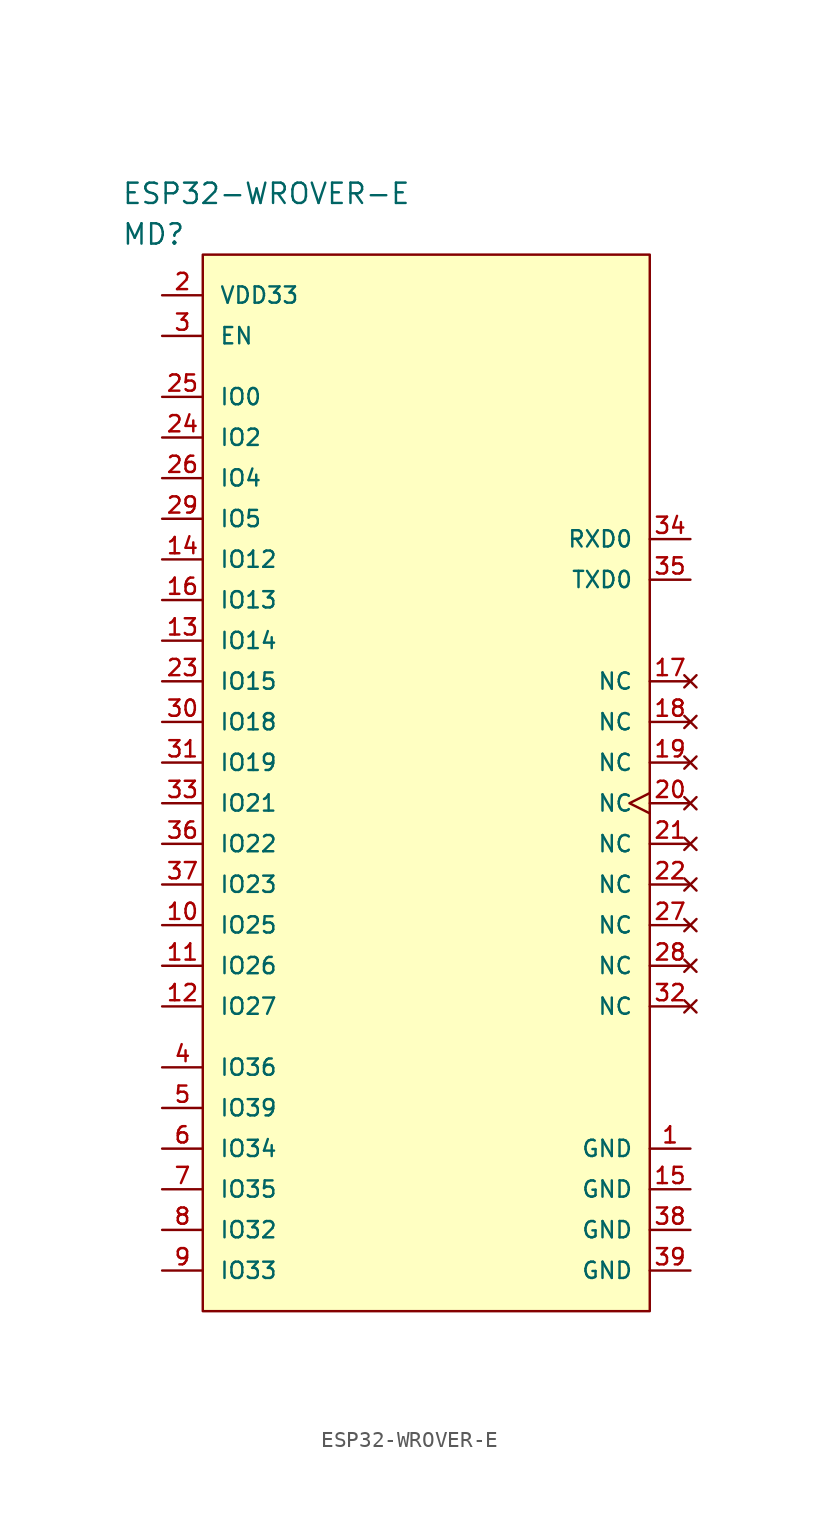
<source format=kicad_sym>
(kicad_symbol_lib
  (version 20201005)
  (generator kicad_symbol_editor)
  (symbol "reptile-monitor:ESP32-WROVER-E"
    (pin_names
      (offset 1.016))
    (property "Reference" "MD"
      (at 0 3.81 0)
      (effects (font (size 1.27 1.27)) (justify left)))
    (property "Value" "ESP32-WROVER-E"
      (at 0 6.35 0)
      (effects (font (size 1.27 1.27)) (justify left)))
    (symbol "ESP32-WROVER-E_1_1"
      (rectangle (start 5.08 2.54) (end 33.02 -63.5) (stroke (width 0)) (fill (type background)))
      (pin power_in line (at 35.56 -53.34 180) (length 2.54) (name "GND" (effects (font (size 1.016 1.016)))) (number "1" (effects (font (size 1.016 1.016)))))
      (pin bidirectional line (at 2.54 -39.37 0) (length 2.54) (name "IO25" (effects (font (size 1.016 1.016)))) (number "10" (effects (font (size 1.016 1.016)))))
      (pin bidirectional line (at 2.54 -41.91 0) (length 2.54) (name "IO26" (effects (font (size 1.016 1.016)))) (number "11" (effects (font (size 1.016 1.016)))))
      (pin bidirectional line (at 2.54 -44.45 0) (length 2.54) (name "IO27" (effects (font (size 1.016 1.016)))) (number "12" (effects (font (size 1.016 1.016)))))
      (pin bidirectional line (at 2.54 -21.59 0) (length 2.54) (name "IO14" (effects (font (size 1.016 1.016)))) (number "13" (effects (font (size 1.016 1.016)))) (alternate "ADC2_CH6" input line) (alternate "ETH_TXD2" bidirectional line) (alternate "HS2_CLK" bidirectional line) (alternate "HSPI_SCK" bidirectional line) (alternate "MTMS" bidirectional line) (alternate "RTC_IO16" bidirectional line) (alternate "SD_CLK" bidirectional line) (alternate "TOUCH6" bidirectional line))
      (pin bidirectional line (at 2.54 -16.51 0) (length 2.54) (name "IO12" (effects (font (size 1.016 1.016)))) (number "14" (effects (font (size 1.016 1.016)))) (alternate "ADC2_CH5" input line) (alternate "ETH_TXD3" bidirectional line) (alternate "HS2_DATA2" bidirectional line) (alternate "HSPIQ" input line) (alternate "HSPI_MISO" input line) (alternate "HSPI_SDI" input line) (alternate "MTDI" bidirectional line) (alternate "RTC_IO15" bidirectional line) (alternate "SD_DATA2" bidirectional line) (alternate "TOUCH5" input line))
      (pin power_in line (at 35.56 -55.88 180) (length 2.54) (name "GND" (effects (font (size 1.016 1.016)))) (number "15" (effects (font (size 1.016 1.016)))))
      (pin bidirectional line (at 2.54 -19.05 0) (length 2.54) (name "IO13" (effects (font (size 1.016 1.016)))) (number "16" (effects (font (size 1.016 1.016)))) (alternate "ADC2_CH4" input line) (alternate "ETH_RX_ER" bidirectional line) (alternate "HS2_DATA3" bidirectional line) (alternate "HSPID" bidirectional line) (alternate "HSPI_MOSI" output line) (alternate "HSPI_SDO" output line) (alternate "MTCK" bidirectional line) (alternate "RTC_IO14" bidirectional line) (alternate "SD_DATA3" bidirectional line) (alternate "TOUCH4" input line))
      (pin no_connect line (at 35.56 -24.13 180) (length 2.54) (name "NC" (effects (font (size 1.016 1.016)))) (number "17" (effects (font (size 1.016 1.016)))))
      (pin no_connect line (at 35.56 -26.67 180) (length 2.54) (name "NC" (effects (font (size 1.016 1.016)))) (number "18" (effects (font (size 1.016 1.016)))))
      (pin no_connect line (at 35.56 -29.21 180) (length 2.54) (name "NC" (effects (font (size 1.016 1.016)))) (number "19" (effects (font (size 1.016 1.016)))))
      (pin power_in line (at 2.54 0 0) (length 2.54) (name "VDD33" (effects (font (size 1.016 1.016)))) (number "2" (effects (font (size 1.016 1.016)))))
      (pin no_connect clock (at 35.56 -31.75 180) (length 2.54) (name "NC" (effects (font (size 1.016 1.016)))) (number "20" (effects (font (size 1.016 1.016)))))
      (pin no_connect line (at 35.56 -34.29 180) (length 2.54) (name "NC" (effects (font (size 1.016 1.016)))) (number "21" (effects (font (size 1.016 1.016)))))
      (pin no_connect line (at 35.56 -36.83 180) (length 2.54) (name "NC" (effects (font (size 1.016 1.016)))) (number "22" (effects (font (size 1.016 1.016)))))
      (pin bidirectional line (at 2.54 -24.13 0) (length 2.54) (name "IO15" (effects (font (size 1.016 1.016)))) (number "23" (effects (font (size 1.016 1.016)))) (alternate "ADC2_CH3" input line) (alternate "ETH_RXD3" bidirectional line) (alternate "HS2_CMD" bidirectional line) (alternate "HSPIS0" bidirectional line) (alternate "HSPI_CS0" bidirectional line) (alternate "MTDO" bidirectional line) (alternate "RTC_IO13" bidirectional line) (alternate "SD_CMD" bidirectional line) (alternate "TOUCH3" bidirectional line))
      (pin bidirectional line (at 2.54 -8.89 0) (length 2.54) (name "IO2" (effects (font (size 1.016 1.016)))) (number "24" (effects (font (size 1.016 1.016)))) (alternate "ADC2_CH2" input line) (alternate "HS2_DATA0" bidirectional line) (alternate "HSPIWP" bidirectional line) (alternate "RTC_IO12" bidirectional line) (alternate "SD_DATA0" bidirectional line) (alternate "TOUCH2" bidirectional line))
      (pin bidirectional line (at 2.54 -6.35 0) (length 2.54) (name "IO0" (effects (font (size 1.016 1.016)))) (number "25" (effects (font (size 1.016 1.016)))) (alternate "ADC1_CH1" input line) (alternate "CLK_OUT1" output line) (alternate "ETH_TX_CLK" bidirectional line) (alternate "RTC_IO11" bidirectional line) (alternate "TOUCH1" bidirectional line))
      (pin bidirectional line (at 2.54 -11.43 0) (length 2.54) (name "IO4" (effects (font (size 1.016 1.016)))) (number "26" (effects (font (size 1.016 1.016)))) (alternate "ADC2_CH0" input line) (alternate "ETH_TX_ER" bidirectional line) (alternate "HSPIHD" bidirectional line) (alternate "HS_DATA1" bidirectional line) (alternate "RTC_IO10" bidirectional line) (alternate "SD_DATA1" bidirectional line) (alternate "TOUCH0" bidirectional line))
      (pin no_connect line (at 35.56 -39.37 180) (length 2.54) (name "NC" (effects (font (size 1.016 1.016)))) (number "27" (effects (font (size 1.016 1.016)))))
      (pin no_connect line (at 35.56 -41.91 180) (length 2.54) (name "NC" (effects (font (size 1.016 1.016)))) (number "28" (effects (font (size 1.016 1.016)))))
      (pin bidirectional line (at 2.54 -13.97 0) (length 2.54) (name "IO5" (effects (font (size 1.016 1.016)))) (number "29" (effects (font (size 1.016 1.016)))) (alternate "ETH_RX_CLK" bidirectional line) (alternate "HS1_DATA6" bidirectional line) (alternate "VSPIS0" bidirectional line))
      (pin input line (at 2.54 -2.54 0) (length 2.54) (name "EN" (effects (font (size 1.016 1.016)))) (number "3" (effects (font (size 1.016 1.016)))))
      (pin bidirectional line (at 2.54 -26.67 0) (length 2.54) (name "IO18" (effects (font (size 1.016 1.016)))) (number "30" (effects (font (size 1.016 1.016)))))
      (pin bidirectional line (at 2.54 -29.21 0) (length 2.54) (name "IO19" (effects (font (size 1.016 1.016)))) (number "31" (effects (font (size 1.016 1.016)))))
      (pin no_connect line (at 35.56 -44.45 180) (length 2.54) (name "NC" (effects (font (size 1.016 1.016)))) (number "32" (effects (font (size 1.016 1.016)))))
      (pin bidirectional line (at 2.54 -31.75 0) (length 2.54) (name "IO21" (effects (font (size 1.016 1.016)))) (number "33" (effects (font (size 1.016 1.016)))))
      (pin input line (at 35.56 -15.24 180) (length 2.54) (name "RXD0" (effects (font (size 1.016 1.016)))) (number "34" (effects (font (size 1.016 1.016)))))
      (pin output line (at 35.56 -17.78 180) (length 2.54) (name "TXD0" (effects (font (size 1.016 1.016)))) (number "35" (effects (font (size 1.016 1.016)))))
      (pin bidirectional line (at 2.54 -34.29 0) (length 2.54) (name "IO22" (effects (font (size 1.016 1.016)))) (number "36" (effects (font (size 1.016 1.016)))))
      (pin bidirectional line (at 2.54 -36.83 0) (length 2.54) (name "IO23" (effects (font (size 1.016 1.016)))) (number "37" (effects (font (size 1.016 1.016)))))
      (pin power_in line (at 35.56 -58.42 180) (length 2.54) (name "GND" (effects (font (size 1.016 1.016)))) (number "38" (effects (font (size 1.016 1.016)))))
      (pin power_in line (at 35.56 -60.96 180) (length 2.54) (name "GND" (effects (font (size 1.016 1.016)))) (number "39" (effects (font (size 1.016 1.016)))))
      (pin bidirectional line (at 2.54 -48.26 0) (length 2.54) (name "IO36" (effects (font (size 1.016 1.016)))) (number "4" (effects (font (size 1.016 1.016)))) (alternate "ADC1_CH0" input line) (alternate "RTC_IO0" bidirectional line) (alternate "SENSOR_VP" bidirectional line))
      (pin bidirectional line (at 2.54 -50.8 0) (length 2.54) (name "IO39" (effects (font (size 1.016 1.016)))) (number "5" (effects (font (size 1.016 1.016)))) (alternate "ADC1_CH3" input line) (alternate "RTC_IO3" bidirectional line) (alternate "SENSOR_VN" bidirectional line))
      (pin bidirectional line (at 2.54 -53.34 0) (length 2.54) (name "IO34" (effects (font (size 1.016 1.016)))) (number "6" (effects (font (size 1.016 1.016)))) (alternate "ADC1_CH6" input line) (alternate "RTC_GPIO4" bidirectional line))
      (pin bidirectional line (at 2.54 -55.88 0) (length 2.54) (name "IO35" (effects (font (size 1.016 1.016)))) (number "7" (effects (font (size 1.016 1.016)))))
      (pin bidirectional line (at 2.54 -58.42 0) (length 2.54) (name "IO32" (effects (font (size 1.016 1.016)))) (number "8" (effects (font (size 1.016 1.016)))) (alternate "XTAL_32K_P" bidirectional clock))
      (pin bidirectional line (at 2.54 -60.96 0) (length 2.54) (name "IO33" (effects (font (size 1.016 1.016)))) (number "9" (effects (font (size 1.016 1.016)))) (alternate "XTAL_32K_N" bidirectional clock)))))
</source>
